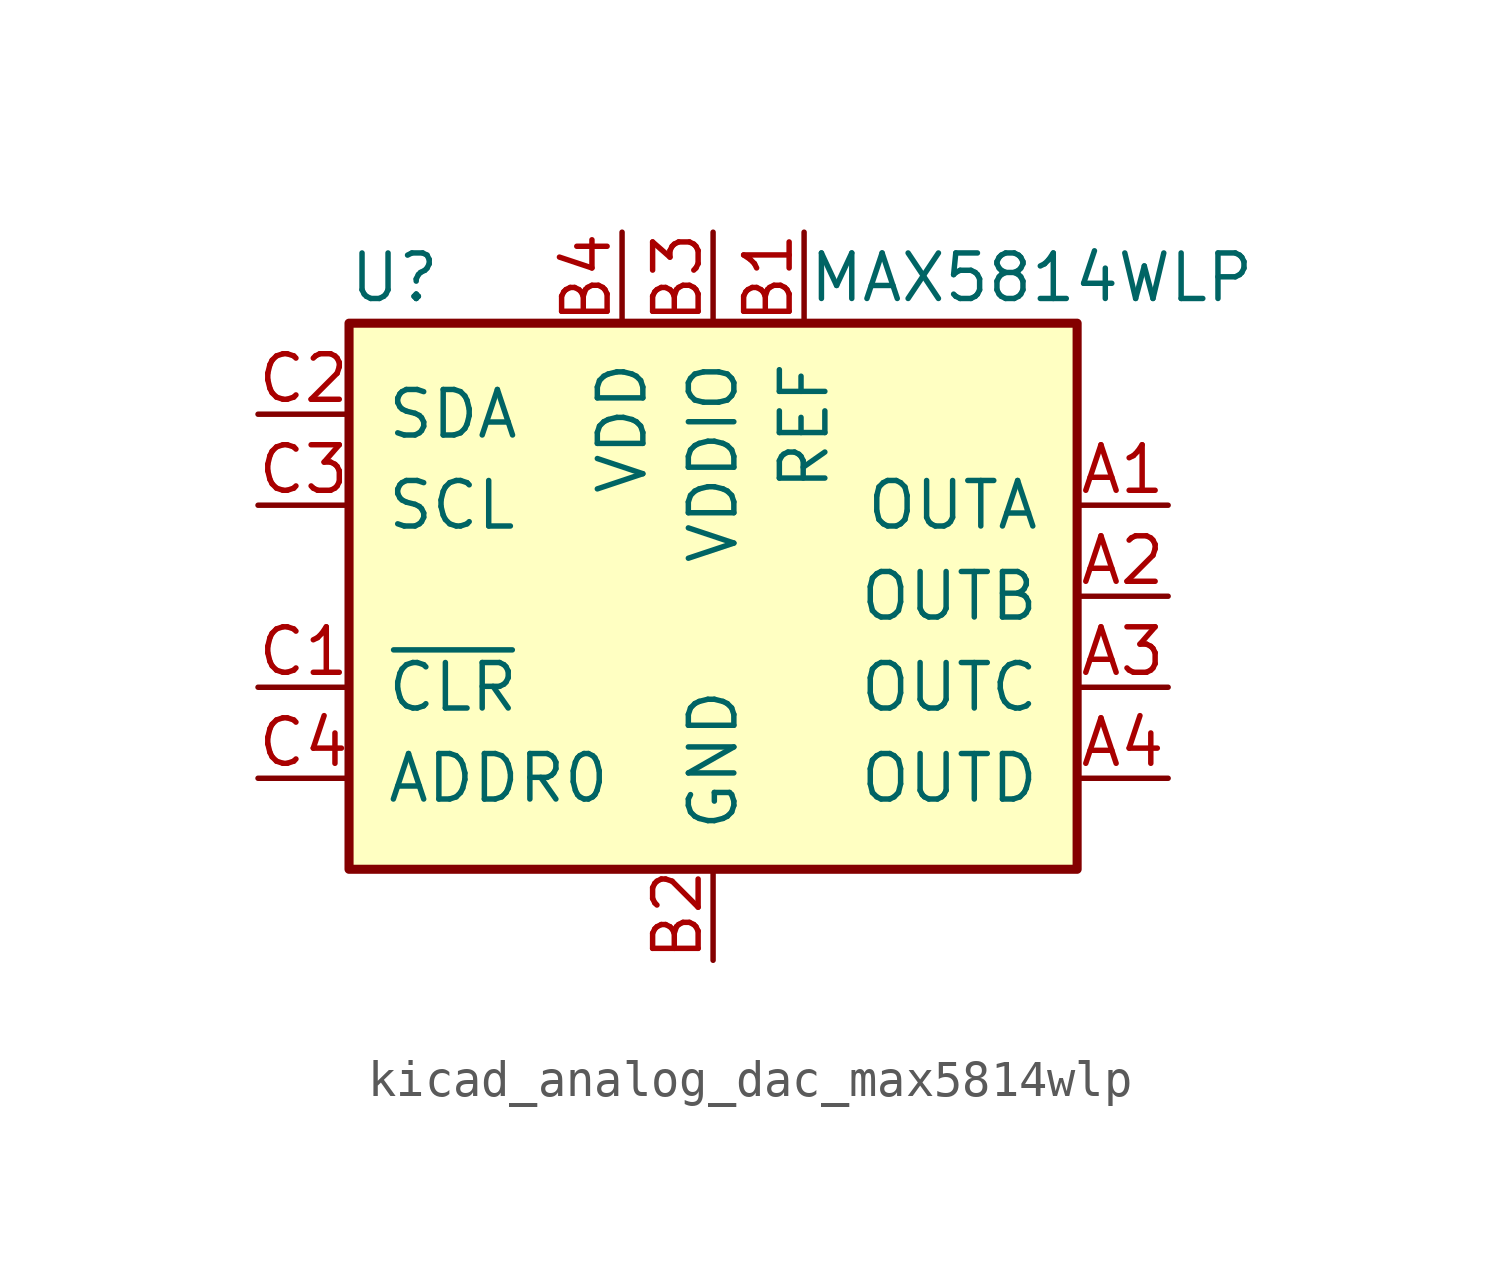
<source format=kicad_sym>
(kicad_symbol_lib
  (version 20220914)
  (generator kicad_symbol_editor)
  (symbol "kicad_analog_dac_max5814wlp"
    (pin_names
      (offset 1.016))
    (property "Reference" "U"
      (at -8.89 8.89 0)
      (effects (font (size 1.27 1.27))))
    (property "Value" "MAX5814WLP"
      (at 8.89 8.89 0)
      (effects (font (size 1.27 1.27))))
    (symbol "kicad_analog_dac_max5814wlp_0_1"
      (rectangle (start -10.16 7.62) (end 10.16 -7.62) (stroke (width 0.254) (type default)) (fill (type background))))
    (symbol "kicad_analog_dac_max5814wlp_1_1"
      (pin output line (at 12.7 2.54 180) (length 2.54) (name "OUTA" (effects (font (size 1.27 1.27)))) (number "A1" (effects (font (size 1.27 1.27)))))
      (pin output line (at 12.7 0 180) (length 2.54) (name "OUTB" (effects (font (size 1.27 1.27)))) (number "A2" (effects (font (size 1.27 1.27)))))
      (pin output line (at 12.7 -2.54 180) (length 2.54) (name "OUTC" (effects (font (size 1.27 1.27)))) (number "A3" (effects (font (size 1.27 1.27)))))
      (pin output line (at 12.7 -5.08 180) (length 2.54) (name "OUTD" (effects (font (size 1.27 1.27)))) (number "A4" (effects (font (size 1.27 1.27)))))
      (pin power_in line (at 2.54 10.16 270) (length 2.54) (name "REF" (effects (font (size 1.27 1.27)))) (number "B1" (effects (font (size 1.27 1.27)))))
      (pin power_in line (at 0 -10.16 90) (length 2.54) (name "GND" (effects (font (size 1.27 1.27)))) (number "B2" (effects (font (size 1.27 1.27)))))
      (pin power_in line (at 0 10.16 270) (length 2.54) (name "VDDIO" (effects (font (size 1.27 1.27)))) (number "B3" (effects (font (size 1.27 1.27)))))
      (pin power_in line (at -2.54 10.16 270) (length 2.54) (name "VDD" (effects (font (size 1.27 1.27)))) (number "B4" (effects (font (size 1.27 1.27)))))
      (pin input line (at -12.7 -2.54 0) (length 2.54) (name "~{CLR}" (effects (font (size 1.27 1.27)))) (number "C1" (effects (font (size 1.27 1.27)))))
      (pin bidirectional line (at -12.7 5.08 0) (length 2.54) (name "SDA" (effects (font (size 1.27 1.27)))) (number "C2" (effects (font (size 1.27 1.27)))))
      (pin input line (at -12.7 2.54 0) (length 2.54) (name "SCL" (effects (font (size 1.27 1.27)))) (number "C3" (effects (font (size 1.27 1.27)))))
      (pin input line (at -12.7 -5.08 0) (length 2.54) (name "ADDR0" (effects (font (size 1.27 1.27)))) (number "C4" (effects (font (size 1.27 1.27))))))))
</source>
